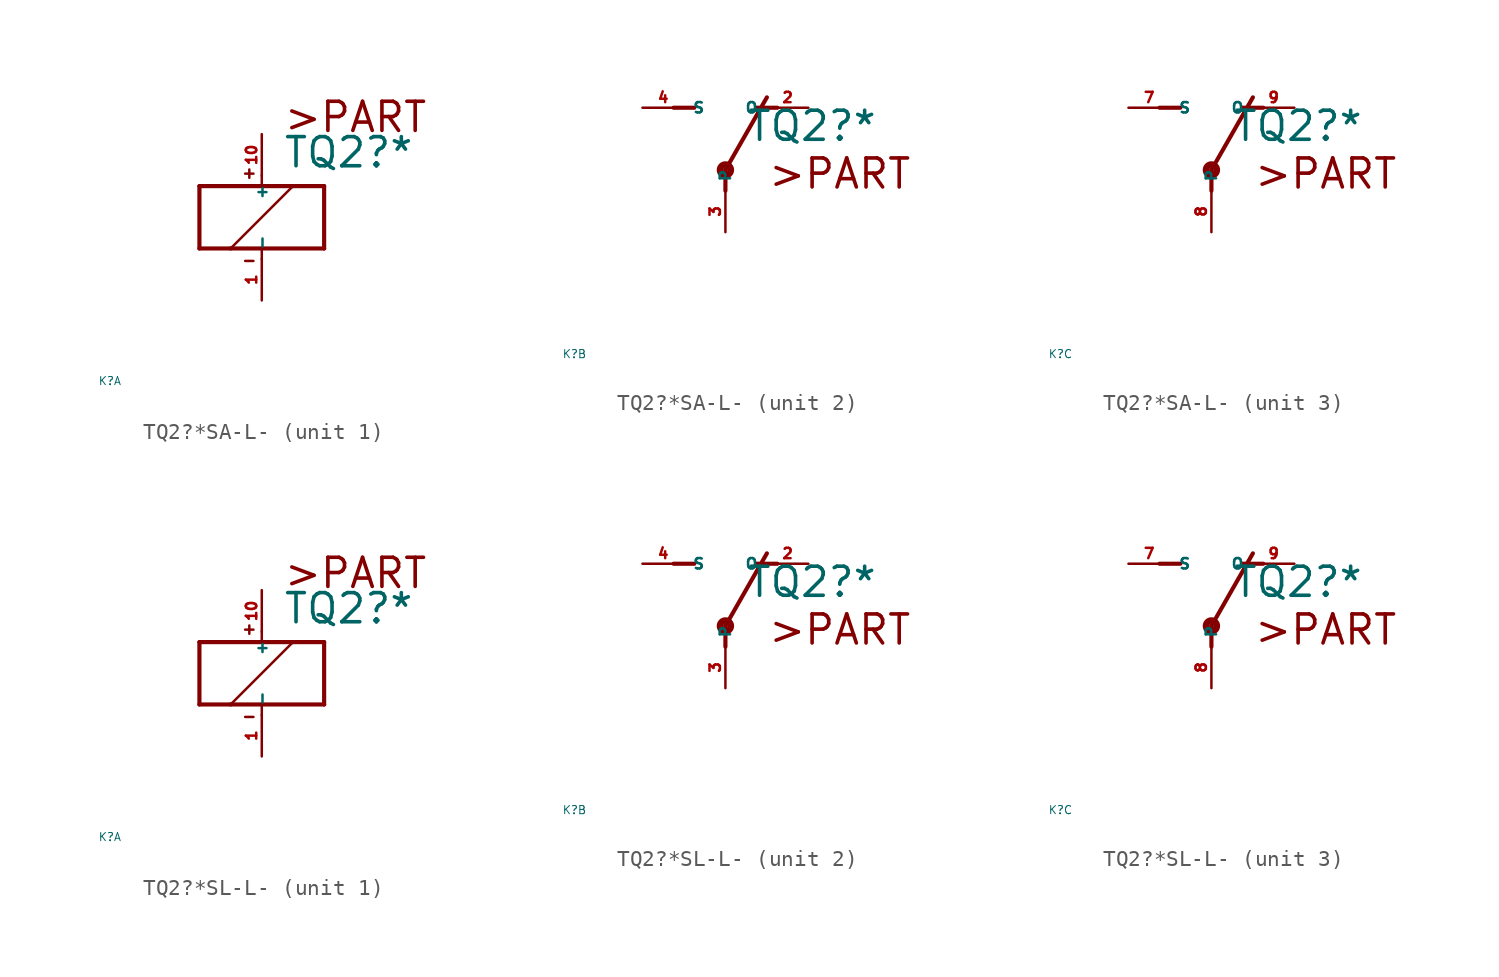
<source format=kicad_sym>
(kicad_symbol_lib
  (version 20220914)
  (generator Eagle2Kicad)
  (symbol "TQ2?*SA-L-"
    (property "Reference" "K"
      (at -10 -10 0)
      (effects (font (size 0.5 0.5) (thickness 0.06)) (justify left)))
    (property "Value" "TQ2?*"
      (at 1.27 2.921 0)
      (effects (font (size 1.778 1.778) (thickness 0.22)) (justify left bottom)))
    (symbol "TQ2?*SA-L-_1_0"
      (polyline (pts (xy -3.81 -1.905) (xy -1.905 -1.905)) (stroke (width 0.254) (type default)) (fill (type none)))
      (polyline (pts (xy 3.81 -1.905) (xy 3.81 1.905)) (stroke (width 0.254) (type default)) (fill (type none)))
      (polyline (pts (xy 3.81 1.905) (xy 1.905 1.905)) (stroke (width 0.254) (type default)) (fill (type none)))
      (polyline (pts (xy -3.81 1.905) (xy -3.81 -1.905)) (stroke (width 0.254) (type default)) (fill (type none)))
      (polyline (pts (xy 0 -2.54) (xy 0 -1.905)) (stroke (width 0.152) (type default)) (fill (type none)))
      (polyline (pts (xy 0 -1.905) (xy 3.81 -1.905)) (stroke (width 0.254) (type default)) (fill (type none)))
      (polyline (pts (xy 0 2.54) (xy 0 1.905)) (stroke (width 0.152) (type default)) (fill (type none)))
      (polyline (pts (xy 0 1.905) (xy -3.81 1.905)) (stroke (width 0.254) (type default)) (fill (type none)))
      (polyline (pts (xy -1.905 -1.905) (xy 1.905 1.905)) (stroke (width 0.152) (type default)) (fill (type none)))
      (polyline (pts (xy -1.905 -1.905) (xy 0 -1.905)) (stroke (width 0.254) (type default)) (fill (type none)))
      (polyline (pts (xy 1.905 1.905) (xy 0 1.905)) (stroke (width 0.254) (type default)) (fill (type none)))
      (polyline (pts (xy -1.016 2.667) (xy -0.508 2.667)) (stroke (width 0.152) (type default)) (fill (type none)))
      (polyline (pts (xy -0.762 2.921) (xy -0.762 2.413)) (stroke (width 0.152) (type default)) (fill (type none)))
      (polyline (pts (xy -1.016 -2.667) (xy -0.508 -2.667)) (stroke (width 0.152) (type default)) (fill (type none)))
      (text ">PART" (at 1.27 5.08 0) (effects (font (size 1.778 1.778) (thickness 0.22)) (justify left bottom)))
      (pin passive line (at 0 -5.08 90) (length 2.54) (name "-" (effects (font (size 0.635 0.635) (thickness 0.08)) (justify left bottom))) (number "1" (effects (font (size 0.635 0.635) (thickness 0.08)) (justify left bottom))))
      (pin passive line (at 0 5.08 270) (length 2.54) (name "+" (effects (font (size 0.635 0.635) (thickness 0.08)) (justify left bottom))) (number "10" (effects (font (size 0.635 0.635) (thickness 0.08)) (justify left bottom)))))
    (symbol "TQ2?*SA-L-_2_0"
      (polyline (pts (xy 3.175 5.08) (xy 1.905 5.08)) (stroke (width 0.254) (type default)) (fill (type none)))
      (polyline (pts (xy -3.175 5.08) (xy -1.905 5.08)) (stroke (width 0.254) (type default)) (fill (type none)))
      (polyline (pts (xy 0 1.27) (xy 2.54 5.715)) (stroke (width 0.254) (type default)) (fill (type none)))
      (polyline (pts (xy 0 1.27) (xy 0 0)) (stroke (width 0.254) (type default)) (fill (type none)))
      (text ">PART" (at 2.54 0 0) (effects (font (size 1.778 1.778) (thickness 0.22)) (justify left bottom)))
      (circle (center 0 1.27) (radius 0.127) (stroke (width 0.406) (type default)) (fill (type none)))
      (pin passive line (at 5.08 5.08 180) (length 2.54) (name "O" (effects (font (size 0.635 0.635) (thickness 0.08)) (justify left bottom))) (number "2" (effects (font (size 0.635 0.635) (thickness 0.08)) (justify left bottom))))
      (pin passive line (at -5.08 5.08 0) (length 2.54) (name "S" (effects (font (size 0.635 0.635) (thickness 0.08)) (justify left bottom))) (number "4" (effects (font (size 0.635 0.635) (thickness 0.08)) (justify left bottom))))
      (pin passive line (at 0 -2.54 90) (length 2.54) (name "P" (effects (font (size 0.635 0.635) (thickness 0.08)) (justify left bottom))) (number "3" (effects (font (size 0.635 0.635) (thickness 0.08)) (justify left bottom)))))
    (symbol "TQ2?*SA-L-_3_0"
      (polyline (pts (xy 3.175 5.08) (xy 1.905 5.08)) (stroke (width 0.254) (type default)) (fill (type none)))
      (polyline (pts (xy -3.175 5.08) (xy -1.905 5.08)) (stroke (width 0.254) (type default)) (fill (type none)))
      (polyline (pts (xy 0 1.27) (xy 2.54 5.715)) (stroke (width 0.254) (type default)) (fill (type none)))
      (polyline (pts (xy 0 1.27) (xy 0 0)) (stroke (width 0.254) (type default)) (fill (type none)))
      (text ">PART" (at 2.54 0 0) (effects (font (size 1.778 1.778) (thickness 0.22)) (justify left bottom)))
      (circle (center 0 1.27) (radius 0.127) (stroke (width 0.406) (type default)) (fill (type none)))
      (pin passive line (at 5.08 5.08 180) (length 2.54) (name "O" (effects (font (size 0.635 0.635) (thickness 0.08)) (justify left bottom))) (number "9" (effects (font (size 0.635 0.635) (thickness 0.08)) (justify left bottom))))
      (pin passive line (at -5.08 5.08 0) (length 2.54) (name "S" (effects (font (size 0.635 0.635) (thickness 0.08)) (justify left bottom))) (number "7" (effects (font (size 0.635 0.635) (thickness 0.08)) (justify left bottom))))
      (pin passive line (at 0 -2.54 90) (length 2.54) (name "P" (effects (font (size 0.635 0.635) (thickness 0.08)) (justify left bottom))) (number "8" (effects (font (size 0.635 0.635) (thickness 0.08)) (justify left bottom))))))
  (symbol "TQ2?*SL-L-"
    (property "Reference" "K"
      (at -10 -10 0)
      (effects (font (size 0.5 0.5) (thickness 0.06)) (justify left)))
    (property "Value" "TQ2?*"
      (at 1.27 2.921 0)
      (effects (font (size 1.778 1.778) (thickness 0.22)) (justify left bottom)))
    (symbol "TQ2?*SL-L-_1_0"
      (polyline (pts (xy -3.81 -1.905) (xy -1.905 -1.905)) (stroke (width 0.254) (type default)) (fill (type none)))
      (polyline (pts (xy 3.81 -1.905) (xy 3.81 1.905)) (stroke (width 0.254) (type default)) (fill (type none)))
      (polyline (pts (xy 3.81 1.905) (xy 1.905 1.905)) (stroke (width 0.254) (type default)) (fill (type none)))
      (polyline (pts (xy -3.81 1.905) (xy -3.81 -1.905)) (stroke (width 0.254) (type default)) (fill (type none)))
      (polyline (pts (xy 0 -2.54) (xy 0 -1.905)) (stroke (width 0.152) (type default)) (fill (type none)))
      (polyline (pts (xy 0 -1.905) (xy 3.81 -1.905)) (stroke (width 0.254) (type default)) (fill (type none)))
      (polyline (pts (xy 0 2.54) (xy 0 1.905)) (stroke (width 0.152) (type default)) (fill (type none)))
      (polyline (pts (xy 0 1.905) (xy -3.81 1.905)) (stroke (width 0.254) (type default)) (fill (type none)))
      (polyline (pts (xy -1.905 -1.905) (xy 1.905 1.905)) (stroke (width 0.152) (type default)) (fill (type none)))
      (polyline (pts (xy -1.905 -1.905) (xy 0 -1.905)) (stroke (width 0.254) (type default)) (fill (type none)))
      (polyline (pts (xy 1.905 1.905) (xy 0 1.905)) (stroke (width 0.254) (type default)) (fill (type none)))
      (polyline (pts (xy -1.016 2.667) (xy -0.508 2.667)) (stroke (width 0.152) (type default)) (fill (type none)))
      (polyline (pts (xy -0.762 2.921) (xy -0.762 2.413)) (stroke (width 0.152) (type default)) (fill (type none)))
      (polyline (pts (xy -1.016 -2.667) (xy -0.508 -2.667)) (stroke (width 0.152) (type default)) (fill (type none)))
      (text ">PART" (at 1.27 5.08 0) (effects (font (size 1.778 1.778) (thickness 0.22)) (justify left bottom)))
      (pin passive line (at 0 -5.08 90) (length 2.54) (name "-" (effects (font (size 0.635 0.635) (thickness 0.08)) (justify left bottom))) (number "1" (effects (font (size 0.635 0.635) (thickness 0.08)) (justify left bottom))))
      (pin passive line (at 0 5.08 270) (length 2.54) (name "+" (effects (font (size 0.635 0.635) (thickness 0.08)) (justify left bottom))) (number "10" (effects (font (size 0.635 0.635) (thickness 0.08)) (justify left bottom)))))
    (symbol "TQ2?*SL-L-_2_0"
      (polyline (pts (xy 3.175 5.08) (xy 1.905 5.08)) (stroke (width 0.254) (type default)) (fill (type none)))
      (polyline (pts (xy -3.175 5.08) (xy -1.905 5.08)) (stroke (width 0.254) (type default)) (fill (type none)))
      (polyline (pts (xy 0 1.27) (xy 2.54 5.715)) (stroke (width 0.254) (type default)) (fill (type none)))
      (polyline (pts (xy 0 1.27) (xy 0 0)) (stroke (width 0.254) (type default)) (fill (type none)))
      (text ">PART" (at 2.54 0 0) (effects (font (size 1.778 1.778) (thickness 0.22)) (justify left bottom)))
      (circle (center 0 1.27) (radius 0.127) (stroke (width 0.406) (type default)) (fill (type none)))
      (pin passive line (at 5.08 5.08 180) (length 2.54) (name "O" (effects (font (size 0.635 0.635) (thickness 0.08)) (justify left bottom))) (number "2" (effects (font (size 0.635 0.635) (thickness 0.08)) (justify left bottom))))
      (pin passive line (at -5.08 5.08 0) (length 2.54) (name "S" (effects (font (size 0.635 0.635) (thickness 0.08)) (justify left bottom))) (number "4" (effects (font (size 0.635 0.635) (thickness 0.08)) (justify left bottom))))
      (pin passive line (at 0 -2.54 90) (length 2.54) (name "P" (effects (font (size 0.635 0.635) (thickness 0.08)) (justify left bottom))) (number "3" (effects (font (size 0.635 0.635) (thickness 0.08)) (justify left bottom)))))
    (symbol "TQ2?*SL-L-_3_0"
      (polyline (pts (xy 3.175 5.08) (xy 1.905 5.08)) (stroke (width 0.254) (type default)) (fill (type none)))
      (polyline (pts (xy -3.175 5.08) (xy -1.905 5.08)) (stroke (width 0.254) (type default)) (fill (type none)))
      (polyline (pts (xy 0 1.27) (xy 2.54 5.715)) (stroke (width 0.254) (type default)) (fill (type none)))
      (polyline (pts (xy 0 1.27) (xy 0 0)) (stroke (width 0.254) (type default)) (fill (type none)))
      (text ">PART" (at 2.54 0 0) (effects (font (size 1.778 1.778) (thickness 0.22)) (justify left bottom)))
      (circle (center 0 1.27) (radius 0.127) (stroke (width 0.406) (type default)) (fill (type none)))
      (pin passive line (at 5.08 5.08 180) (length 2.54) (name "O" (effects (font (size 0.635 0.635) (thickness 0.08)) (justify left bottom))) (number "9" (effects (font (size 0.635 0.635) (thickness 0.08)) (justify left bottom))))
      (pin passive line (at -5.08 5.08 0) (length 2.54) (name "S" (effects (font (size 0.635 0.635) (thickness 0.08)) (justify left bottom))) (number "7" (effects (font (size 0.635 0.635) (thickness 0.08)) (justify left bottom))))
      (pin passive line (at 0 -2.54 90) (length 2.54) (name "P" (effects (font (size 0.635 0.635) (thickness 0.08)) (justify left bottom))) (number "8" (effects (font (size 0.635 0.635) (thickness 0.08)) (justify left bottom)))))))
</source>
